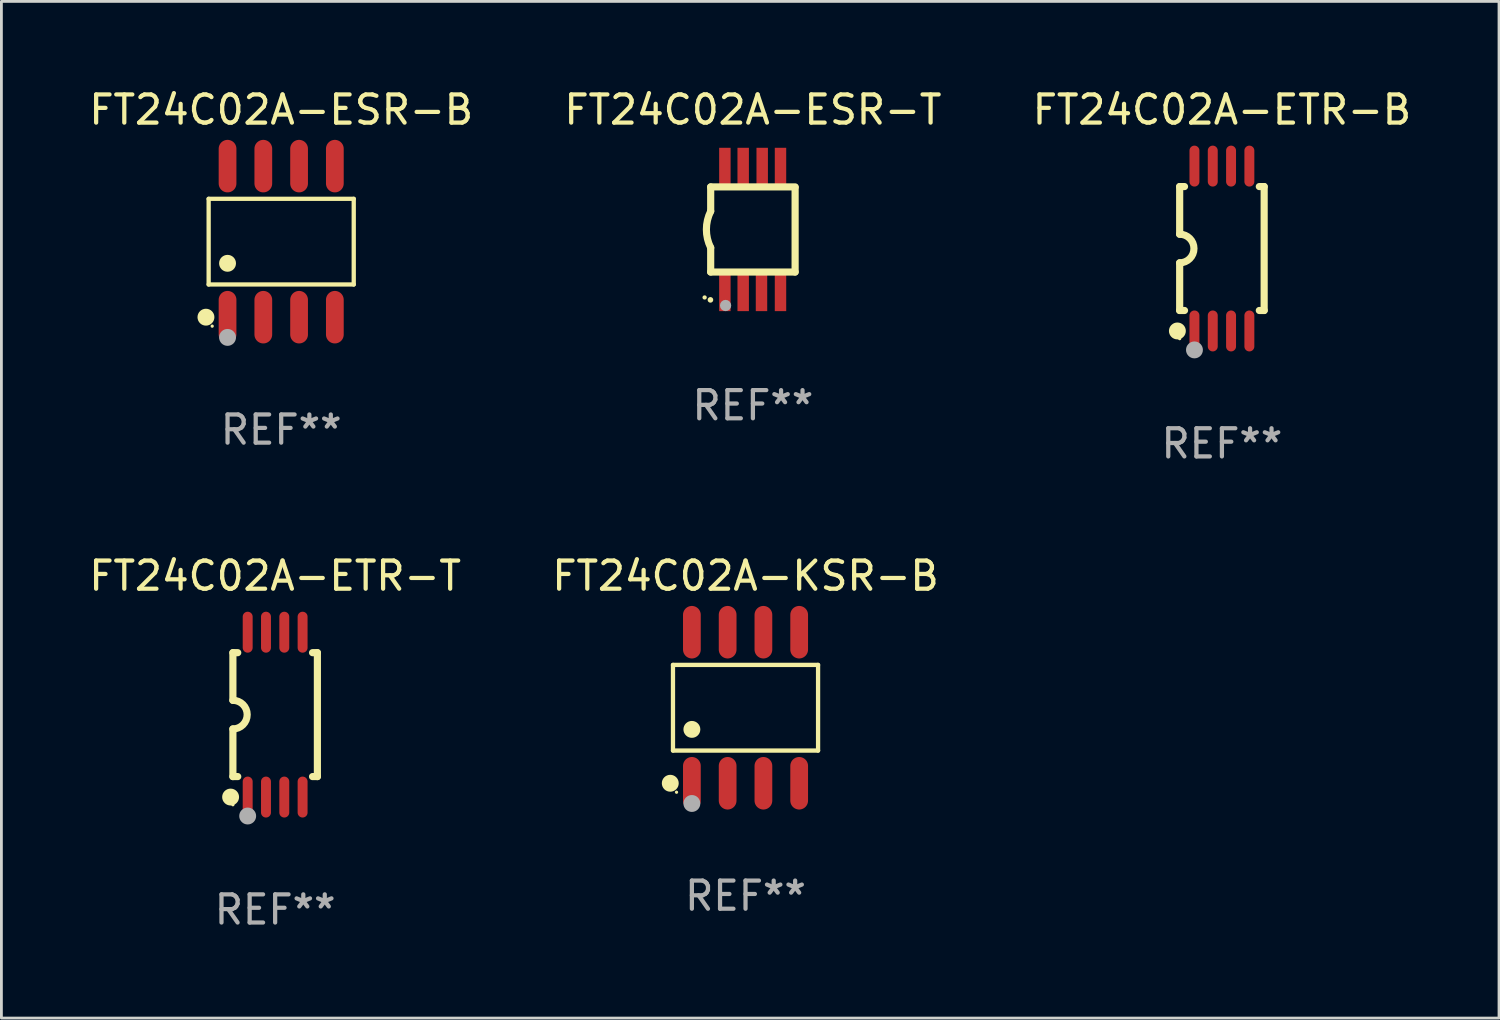
<source format=kicad_pcb>
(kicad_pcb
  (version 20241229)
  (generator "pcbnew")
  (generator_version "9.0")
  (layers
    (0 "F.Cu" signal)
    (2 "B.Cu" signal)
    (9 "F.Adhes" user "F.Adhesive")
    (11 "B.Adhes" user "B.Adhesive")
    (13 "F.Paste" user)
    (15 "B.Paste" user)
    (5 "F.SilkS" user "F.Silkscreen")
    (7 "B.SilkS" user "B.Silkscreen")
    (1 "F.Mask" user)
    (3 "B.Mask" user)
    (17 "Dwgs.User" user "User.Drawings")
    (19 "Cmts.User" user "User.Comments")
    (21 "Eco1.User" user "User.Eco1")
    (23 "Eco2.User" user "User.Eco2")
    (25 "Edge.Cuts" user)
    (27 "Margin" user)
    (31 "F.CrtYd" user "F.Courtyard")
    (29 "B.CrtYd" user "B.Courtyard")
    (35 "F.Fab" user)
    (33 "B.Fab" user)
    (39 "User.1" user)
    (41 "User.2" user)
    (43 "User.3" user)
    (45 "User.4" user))
  (footprint "FT24C02A-ESR-B"
    (layer "F.Cu")
    (at 6.935 5.531)
    (property "Reference" "FT24C02A-ESR-B" (at 0 -4.682 0) (layer "F.SilkS") (effects (font (size 1 1) (thickness 0.15))))
    (attr through_hole)
    (fp_line (start -2.576 -1.521) (end 2.576 -1.521) (stroke (width 0.152) (type solid)) (layer "F.SilkS"))
    (fp_line (start -2.576 1.521) (end -2.576 -1.521) (stroke (width 0.152) (type solid)) (layer "F.SilkS"))
    (fp_line (start 2.576 -1.521) (end 2.576 1.521) (stroke (width 0.152) (type solid)) (layer "F.SilkS"))
    (fp_line (start 2.576 1.521) (end -2.576 1.521) (stroke (width 0.152) (type solid)) (layer "F.SilkS"))
    (fp_circle (center -2.672 2.682) (end -2.522 2.682) (stroke (width 0.3) (type solid)) (fill no) (layer "F.SilkS"))
    (fp_circle (center -2.45 3) (end -2.42 3) (stroke (width 0.06) (type solid)) (fill no) (layer "F.SilkS"))
    (fp_circle (center -1.905 0.769) (end -1.755 0.769) (stroke (width 0.3) (type solid)) (fill no) (layer "F.SilkS"))
    (fp_circle (center -1.905 3.4) (end -1.755 3.4) (stroke (width 0.3) (type solid)) (fill no) (layer "F.Fab"))
    (fp_text user "REF**" (at 0 6.682 0) (layer "F.Fab") (effects (font (size 1 1) (thickness 0.15))))
    (pad "1" smd oval (at -1.905 2.682) (size 0.63 1.865) (layers "F.Cu" "F.Mask" "F.Paste"))
    (pad "2" smd oval (at -0.635 2.682) (size 0.63 1.865) (layers "F.Cu" "F.Mask" "F.Paste"))
    (pad "3" smd oval (at 0.635 2.682) (size 0.63 1.865) (layers "F.Cu" "F.Mask" "F.Paste"))
    (pad "4" smd oval (at 1.905 2.682) (size 0.63 1.865) (layers "F.Cu" "F.Mask" "F.Paste"))
    (pad "5" smd oval (at 1.905 -2.682) (size 0.63 1.865) (layers "F.Cu" "F.Mask" "F.Paste"))
    (pad "6" smd oval (at 0.635 -2.682) (size 0.63 1.865) (layers "F.Cu" "F.Mask" "F.Paste"))
    (pad "7" smd oval (at -0.635 -2.682) (size 0.63 1.865) (layers "F.Cu" "F.Mask" "F.Paste"))
    (pad "8" smd oval (at -1.905 -2.682) (size 0.63 1.865) (layers "F.Cu" "F.Mask" "F.Paste")))
  (footprint "FT24C02A-KSR-B"
    (layer "F.Cu")
    (at 23.423 22.081)
    (property "Reference" "FT24C02A-KSR-B" (at 0 -4.682 0) (layer "F.SilkS") (effects (font (size 1 1) (thickness 0.15))))
    (attr through_hole)
    (fp_line (start -2.576 -1.521) (end 2.576 -1.521) (stroke (width 0.152) (type solid)) (layer "F.SilkS"))
    (fp_line (start -2.576 1.521) (end -2.576 -1.521) (stroke (width 0.152) (type solid)) (layer "F.SilkS"))
    (fp_line (start 2.576 -1.521) (end 2.576 1.521) (stroke (width 0.152) (type solid)) (layer "F.SilkS"))
    (fp_line (start 2.576 1.521) (end -2.576 1.521) (stroke (width 0.152) (type solid)) (layer "F.SilkS"))
    (fp_circle (center -2.672 2.682) (end -2.522 2.682) (stroke (width 0.3) (type solid)) (fill no) (layer "F.SilkS"))
    (fp_circle (center -2.45 3) (end -2.42 3) (stroke (width 0.06) (type solid)) (fill no) (layer "F.SilkS"))
    (fp_circle (center -1.905 0.769) (end -1.755 0.769) (stroke (width 0.3) (type solid)) (fill no) (layer "F.SilkS"))
    (fp_circle (center -1.905 3.4) (end -1.755 3.4) (stroke (width 0.3) (type solid)) (fill no) (layer "F.Fab"))
    (fp_text user "REF**" (at 0 6.682 0) (layer "F.Fab") (effects (font (size 1 1) (thickness 0.15))))
    (pad "1" smd oval (at -1.905 2.682) (size 0.63 1.865) (layers "F.Cu" "F.Mask" "F.Paste"))
    (pad "2" smd oval (at -0.635 2.682) (size 0.63 1.865) (layers "F.Cu" "F.Mask" "F.Paste"))
    (pad "3" smd oval (at 0.635 2.682) (size 0.63 1.865) (layers "F.Cu" "F.Mask" "F.Paste"))
    (pad "4" smd oval (at 1.905 2.682) (size 0.63 1.865) (layers "F.Cu" "F.Mask" "F.Paste"))
    (pad "5" smd oval (at 1.905 -2.682) (size 0.63 1.865) (layers "F.Cu" "F.Mask" "F.Paste"))
    (pad "6" smd oval (at 0.635 -2.682) (size 0.63 1.865) (layers "F.Cu" "F.Mask" "F.Paste"))
    (pad "7" smd oval (at -0.635 -2.682) (size 0.63 1.865) (layers "F.Cu" "F.Mask" "F.Paste"))
    (pad "8" smd oval (at -1.905 -2.682) (size 0.63 1.865) (layers "F.Cu" "F.Mask" "F.Paste")))
  (footprint "FT24C02A-ESR-T"
    (layer "F.Cu")
    (at 23.685 5.098)
    (property "Reference" "FT24C02A-ESR-T" (at 0 -4.25 0) (layer "F.SilkS") (effects (font (size 1 1) (thickness 0.15))))
    (attr through_hole)
    (fp_line (start -1.501 1.511) (end 1.499 1.511) (stroke (width 0.254) (type solid)) (layer "F.SilkS"))
    (fp_line (start -1.499 -1.511) (end 1.501 -1.511) (stroke (width 0.254) (type solid)) (layer "F.SilkS"))
    (fp_line (start -1.499 -0.648) (end -1.499 -1.511) (stroke (width 0.254) (type solid)) (layer "F.SilkS"))
    (fp_line (start -1.499 1.511) (end -1.499 0.648) (stroke (width 0.254) (type solid)) (layer "F.SilkS"))
    (fp_line (start 1.499 1.511) (end 1.499 -1.489) (stroke (width 0.254) (type solid)) (layer "F.SilkS"))
    (fp_arc (start -1.715773 2.415011) (mid -1.714503 2.415005) (end -1.713233 2.415011) (stroke (width 0.150013) (type solid)) (layer "F.SilkS"))
    (fp_arc (start -1.498603 0.647702) (mid -1.651505 0) (end -1.498603 -0.647701) (stroke (width 0.254001) (type solid)) (layer "F.SilkS"))
    (fp_circle (center -1.508 2.5) (end -1.458 2.5) (stroke (width 0.1) (type solid)) (fill no) (layer "F.SilkS"))
    (fp_circle (center -0.97 2.7) (end -0.87 2.7) (stroke (width 0.2) (type solid)) (fill no) (layer "F.Fab"))
    (fp_text user "REF**" (at 0 6.25 0) (layer "F.Fab") (effects (font (size 1 1) (thickness 0.15))))
    (pad "1" smd rect (at -0.995 2.25 90) (size 1.3 0.406) (layers "F.Cu" "F.Mask" "F.Paste"))
    (pad "2" smd rect (at -0.345 2.25 90) (size 1.3 0.406) (layers "F.Cu" "F.Mask" "F.Paste"))
    (pad "3" smd rect (at 0.305 2.25 90) (size 1.3 0.406) (layers "F.Cu" "F.Mask" "F.Paste"))
    (pad "4" smd rect (at 0.98 2.25 90) (size 1.3 0.406) (layers "F.Cu" "F.Mask" "F.Paste"))
    (pad "5" smd rect (at 0.98 -2.25 90) (size 1.3 0.406) (layers "F.Cu" "F.Mask" "F.Paste"))
    (pad "6" smd rect (at 0.33 -2.25 90) (size 1.3 0.406) (layers "F.Cu" "F.Mask" "F.Paste"))
    (pad "7" smd rect (at -0.345 -2.25 90) (size 1.3 0.406) (layers "F.Cu" "F.Mask" "F.Paste"))
    (pad "8" smd rect (at -0.995 -2.25 90) (size 1.3 0.406) (layers "F.Cu" "F.Mask" "F.Paste")))
  (footprint "FT24C02A-ETR-B"
    (layer "F.Cu")
    (at 40.339 5.775)
    (property "Reference" "FT24C02A-ETR-B" (at 0 -4.927 0) (layer "F.SilkS") (effects (font (size 1 1) (thickness 0.15))))
    (attr through_hole)
    (fp_line (start -1.5 -2.2) (end -1.5 -0.508) (stroke (width 0.254) (type solid)) (layer "F.SilkS"))
    (fp_line (start -1.5 -2.2) (end -1.328 -2.2) (stroke (width 0.254) (type solid)) (layer "F.SilkS"))
    (fp_line (start -1.5 2.2) (end -1.5 0.508) (stroke (width 0.254) (type solid)) (layer "F.SilkS"))
    (fp_line (start -1.5 2.2) (end -1.328 2.2) (stroke (width 0.254) (type solid)) (layer "F.SilkS"))
    (fp_line (start 1.328 -2.2) (end 1.5 -2.2) (stroke (width 0.254) (type solid)) (layer "F.SilkS"))
    (fp_line (start 1.328 2.2) (end 1.5 2.2) (stroke (width 0.254) (type solid)) (layer "F.SilkS"))
    (fp_line (start 1.5 -2.2) (end 1.5 2.2) (stroke (width 0.254) (type solid)) (layer "F.SilkS"))
    (fp_arc (start -1.501144 -0.508) (mid -0.993143 -0.000571) (end -1.5 0.508001) (stroke (width 0.254001) (type solid)) (layer "F.SilkS"))
    (fp_circle (center -1.581 2.927) (end -1.431 2.927) (stroke (width 0.3) (type solid)) (fill no) (layer "F.SilkS"))
    (fp_circle (center -1.5 3.2) (end -1.47 3.2) (stroke (width 0.06) (type solid)) (fill no) (layer "F.SilkS"))
    (fp_circle (center -0.975 3.6) (end -0.825 3.6) (stroke (width 0.3) (type solid)) (fill no) (layer "F.Fab"))
    (fp_text user "REF**" (at 0 6.927 0) (layer "F.Fab") (effects (font (size 1 1) (thickness 0.15))))
    (pad "1" smd oval (at -0.975 2.927) (size 0.353 1.454) (layers "F.Cu" "F.Mask" "F.Paste"))
    (pad "2" smd oval (at -0.325 2.927) (size 0.353 1.454) (layers "F.Cu" "F.Mask" "F.Paste"))
    (pad "3" smd oval (at 0.325 2.927) (size 0.353 1.454) (layers "F.Cu" "F.Mask" "F.Paste"))
    (pad "4" smd oval (at 0.975 2.927) (size 0.353 1.454) (layers "F.Cu" "F.Mask" "F.Paste"))
    (pad "5" smd oval (at 0.975 -2.927) (size 0.353 1.454) (layers "F.Cu" "F.Mask" "F.Paste"))
    (pad "6" smd oval (at 0.325 -2.927) (size 0.353 1.454) (layers "F.Cu" "F.Mask" "F.Paste"))
    (pad "7" smd oval (at -0.325 -2.927) (size 0.353 1.454) (layers "F.Cu" "F.Mask" "F.Paste"))
    (pad "8" smd oval (at -0.975 -2.927) (size 0.353 1.454) (layers "F.Cu" "F.Mask" "F.Paste")))
  (footprint "FT24C02A-ETR-T"
    (layer "F.Cu")
    (at 6.72 22.326)
    (property "Reference" "FT24C02A-ETR-T" (at 0 -4.927 0) (layer "F.SilkS") (effects (font (size 1 1) (thickness 0.15))))
    (attr through_hole)
    (fp_line (start -1.5 -2.2) (end -1.5 -0.508) (stroke (width 0.254) (type solid)) (layer "F.SilkS"))
    (fp_line (start -1.5 -2.2) (end -1.328 -2.2) (stroke (width 0.254) (type solid)) (layer "F.SilkS"))
    (fp_line (start -1.5 2.2) (end -1.5 0.508) (stroke (width 0.254) (type solid)) (layer "F.SilkS"))
    (fp_line (start -1.5 2.2) (end -1.328 2.2) (stroke (width 0.254) (type solid)) (layer "F.SilkS"))
    (fp_line (start 1.328 -2.2) (end 1.5 -2.2) (stroke (width 0.254) (type solid)) (layer "F.SilkS"))
    (fp_line (start 1.328 2.2) (end 1.5 2.2) (stroke (width 0.254) (type solid)) (layer "F.SilkS"))
    (fp_line (start 1.5 -2.2) (end 1.5 2.2) (stroke (width 0.254) (type solid)) (layer "F.SilkS"))
    (fp_arc (start -1.501144 -0.508) (mid -0.993143 -0.000571) (end -1.5 0.508001) (stroke (width 0.254001) (type solid)) (layer "F.SilkS"))
    (fp_circle (center -1.581 2.927) (end -1.431 2.927) (stroke (width 0.3) (type solid)) (fill no) (layer "F.SilkS"))
    (fp_circle (center -1.5 3.2) (end -1.47 3.2) (stroke (width 0.06) (type solid)) (fill no) (layer "F.SilkS"))
    (fp_circle (center -0.975 3.6) (end -0.825 3.6) (stroke (width 0.3) (type solid)) (fill no) (layer "F.Fab"))
    (fp_text user "REF**" (at 0 6.927 0) (layer "F.Fab") (effects (font (size 1 1) (thickness 0.15))))
    (pad "1" smd oval (at -0.975 2.927) (size 0.353 1.454) (layers "F.Cu" "F.Mask" "F.Paste"))
    (pad "2" smd oval (at -0.325 2.927) (size 0.353 1.454) (layers "F.Cu" "F.Mask" "F.Paste"))
    (pad "3" smd oval (at 0.325 2.927) (size 0.353 1.454) (layers "F.Cu" "F.Mask" "F.Paste"))
    (pad "4" smd oval (at 0.975 2.927) (size 0.353 1.454) (layers "F.Cu" "F.Mask" "F.Paste"))
    (pad "5" smd oval (at 0.975 -2.927) (size 0.353 1.454) (layers "F.Cu" "F.Mask" "F.Paste"))
    (pad "6" smd oval (at 0.325 -2.927) (size 0.353 1.454) (layers "F.Cu" "F.Mask" "F.Paste"))
    (pad "7" smd oval (at -0.325 -2.927) (size 0.353 1.454) (layers "F.Cu" "F.Mask" "F.Paste"))
    (pad "8" smd oval (at -0.975 -2.927) (size 0.353 1.454) (layers "F.Cu" "F.Mask" "F.Paste")))
  (gr_rect
    (start -3 -3)
    (end 50.179 33.101)
    (stroke (width 0.1) (type default))
    (fill no)
    (layer "Edge.Cuts")))
</source>
